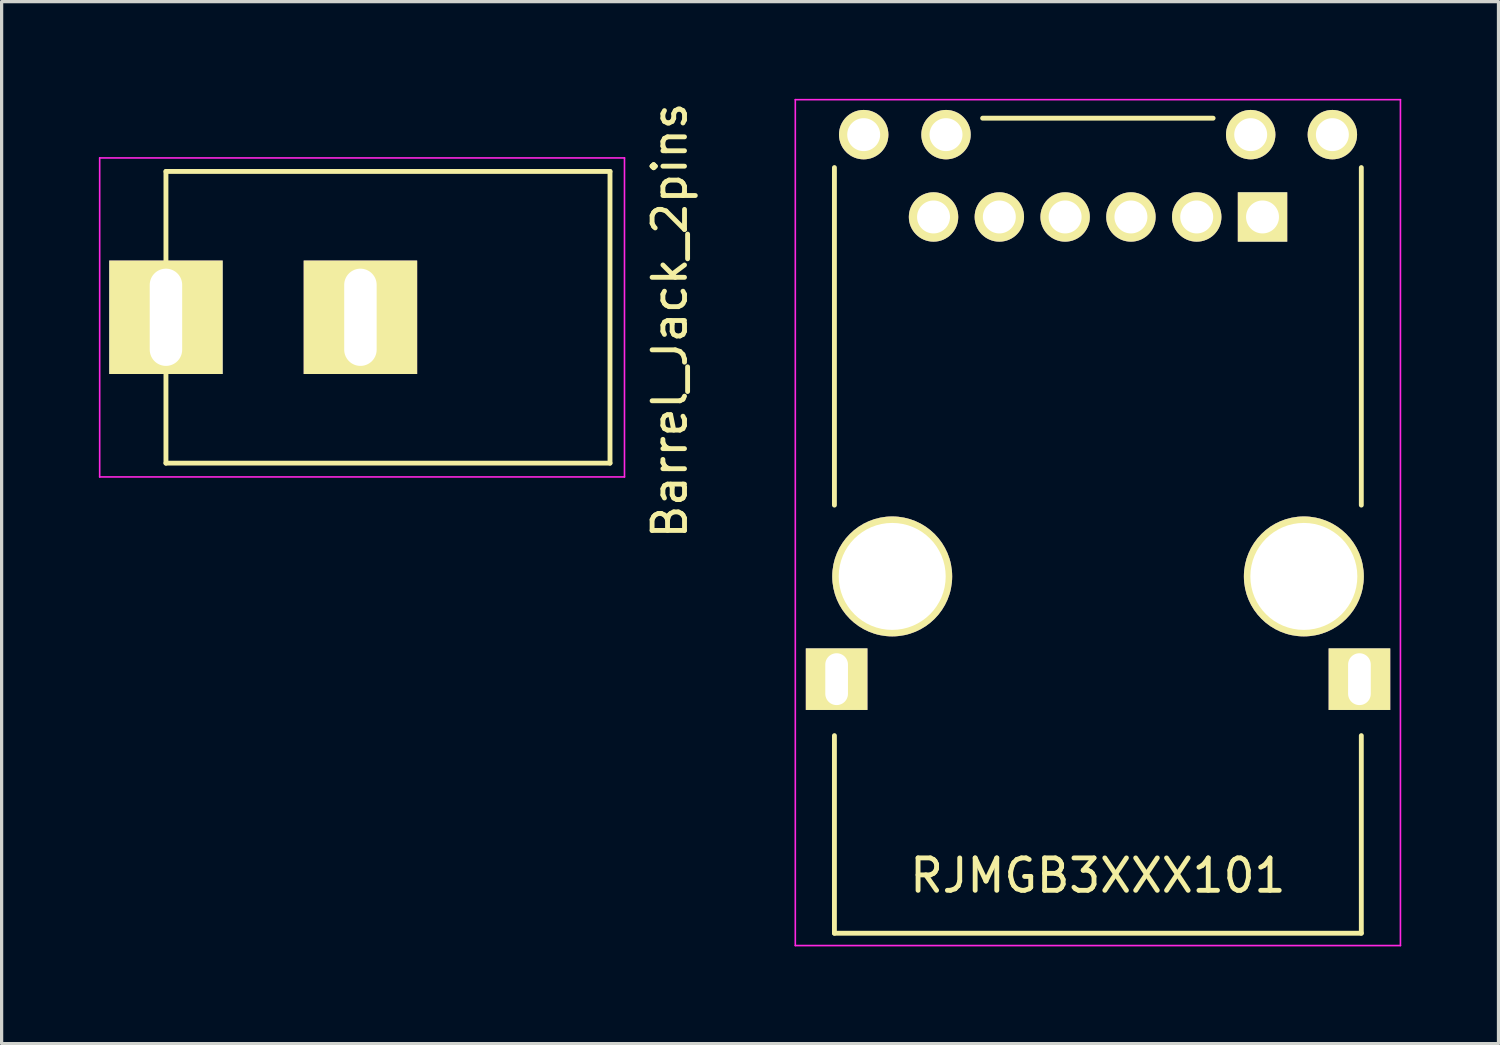
<source format=kicad_pcb>
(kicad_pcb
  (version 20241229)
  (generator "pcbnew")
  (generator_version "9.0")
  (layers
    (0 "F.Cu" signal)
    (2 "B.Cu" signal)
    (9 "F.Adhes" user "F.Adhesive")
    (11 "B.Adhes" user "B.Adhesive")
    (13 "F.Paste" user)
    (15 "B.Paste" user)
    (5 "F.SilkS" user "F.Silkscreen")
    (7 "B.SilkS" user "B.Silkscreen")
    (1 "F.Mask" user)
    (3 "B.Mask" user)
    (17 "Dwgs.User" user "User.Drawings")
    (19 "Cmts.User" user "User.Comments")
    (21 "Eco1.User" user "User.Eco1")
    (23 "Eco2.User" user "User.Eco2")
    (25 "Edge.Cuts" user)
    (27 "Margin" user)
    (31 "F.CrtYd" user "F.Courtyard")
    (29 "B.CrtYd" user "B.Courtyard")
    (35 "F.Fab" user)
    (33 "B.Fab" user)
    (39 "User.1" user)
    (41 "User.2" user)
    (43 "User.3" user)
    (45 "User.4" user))
  (footprint "RJMGB3XXX101"
    (layer "F.Cu")
    (at 35.902 3.644)
    (property "Reference" "RJMGB3XXX101" (at -5.08 20.32 0) (layer "F.SilkS") (effects (font (size 1 1) (thickness 0.15))))
    (attr through_hole)
    (fp_line (start -13.208 8.89) (end -13.208 -1.524) (stroke (width 0.15) (type solid)) (layer "F.SilkS"))
    (fp_line (start -13.208 22.098) (end -13.208 16.002) (stroke (width 0.15) (type solid)) (layer "F.SilkS"))
    (fp_line (start -13.208 22.098) (end 3.048 22.098) (stroke (width 0.15) (type solid)) (layer "F.SilkS"))
    (fp_line (start -8.636 -3.048) (end -1.524 -3.048) (stroke (width 0.15) (type solid)) (layer "F.SilkS"))
    (fp_line (start 3.048 8.89) (end 3.048 -1.524) (stroke (width 0.15) (type solid)) (layer "F.SilkS"))
    (fp_line (start 3.048 22.098) (end 3.048 16.002) (stroke (width 0.15) (type solid)) (layer "F.SilkS"))
    (fp_line (start -14.415 -3.619) (end 4.255 -3.619) (stroke (width 0.05) (type solid)) (layer "F.CrtYd"))
    (fp_line (start -14.415 22.479) (end -14.415 -3.619) (stroke (width 0.05) (type solid)) (layer "F.CrtYd"))
    (fp_line (start 4.255 22.479) (end -14.415 22.479) (stroke (width 0.05) (type solid)) (layer "F.CrtYd"))
    (fp_line (start 4.255 22.479) (end 4.255 -3.619) (stroke (width 0.05) (type solid)) (layer "F.CrtYd"))
    (pad "1" thru_hole circle (at -2.03 0) (size 1.524 1.524) (drill 1.016) (layers "*.Cu" "*.Mask" "F.SilkS"))
    (pad "2" thru_hole rect (at 0 0) (size 1.524 1.524) (drill 1.016) (layers "*.Cu" "*.Mask" "F.SilkS"))
    (pad "3" thru_hole circle (at -4.06 0) (size 1.524 1.524) (drill 1.016) (layers "*.Cu" "*.Mask" "F.SilkS"))
    (pad "4" thru_hole circle (at -6.09 0) (size 1.524 1.524) (drill 1.016) (layers "*.Cu" "*.Mask" "F.SilkS"))
    (pad "5" thru_hole circle (at -10.15 0) (size 1.524 1.524) (drill 1.016) (layers "*.Cu" "*.Mask" "F.SilkS"))
    (pad "6" thru_hole circle (at -8.12 0) (size 1.524 1.524) (drill 1.016) (layers "*.Cu" "*.Mask" "F.SilkS"))
    (pad "8" thru_hole rect (at -13.14 14.26) (size 1.9 1.9) (drill oval 0.7 1.6) (layers "*.Cu" "*.Mask" "F.SilkS"))
    (pad "13" thru_hole rect (at 2.99 14.26) (size 1.9 1.9) (drill oval 0.7 1.6) (layers "*.Cu" "*.Mask" "F.SilkS"))
    (pad "GA" thru_hole circle (at -0.365 -2.54) (size 1.524 1.524) (drill 1.016) (layers "*.Cu" "*.Mask" "F.SilkS"))
    (pad "GK" thru_hole circle (at 2.155 -2.54) (size 1.524 1.524) (drill 1.016) (layers "*.Cu" "*.Mask" "F.SilkS"))
    (pad "HOLE" thru_hole circle (at -11.425 11.09) (size 3.7 3.7) (drill 3.3) (layers "*.Cu" "*.Mask" "F.SilkS"))
    (pad "HOLE" thru_hole circle (at 1.275 11.09) (size 3.7 3.7) (drill 3.3) (layers "*.Cu" "*.Mask" "F.SilkS"))
    (pad "YA" thru_hole circle (at -12.305 -2.54) (size 1.524 1.524) (drill 1.016) (layers "*.Cu" "*.Mask" "F.SilkS"))
    (pad "YK" thru_hole circle (at -9.765 -2.54) (size 1.524 1.524) (drill 1.016) (layers "*.Cu" "*.Mask" "F.SilkS")))
  (footprint "Barrel_Jack_2pins"
    (layer "F.Cu")
    (at 2.12 6.839)
    (property "Reference" "Barrel_Jack_2pins" (at 15.494 0 90) (layer "F.SilkS") (effects (font (size 1 1) (thickness 0.15))))
    (attr through_hole)
    (fp_line (start -0.05 -4.6) (end 13.65 -4.6) (stroke (width 0.15) (type solid)) (layer "F.SilkS"))
    (fp_line (start -0.05 4.4) (end -0.05 -4.6) (stroke (width 0.15) (type solid)) (layer "F.SilkS"))
    (fp_line (start -0.05 4.4) (end 13.65 4.4) (stroke (width 0.15) (type solid)) (layer "F.SilkS"))
    (fp_line (start 13.65 -4.6) (end 13.65 4.4) (stroke (width 0.15) (type solid)) (layer "F.SilkS"))
    (fp_line (start -2.095 -5.016) (end -2.095 4.826) (stroke (width 0.05) (type solid)) (layer "F.CrtYd"))
    (fp_line (start -2.095 4.826) (end 14.097 4.826) (stroke (width 0.05) (type solid)) (layer "F.CrtYd"))
    (fp_line (start 14.097 -5.016) (end -2.095 -5.016) (stroke (width 0.05) (type solid)) (layer "F.CrtYd"))
    (fp_line (start 14.097 4.826) (end 14.097 -5.016) (stroke (width 0.05) (type solid)) (layer "F.CrtYd"))
    (pad "1" thru_hole rect (at -0.05 -0.1) (size 3.5 3.5) (drill oval 1.001 3) (layers "*.Cu" "*.Mask" "F.SilkS"))
    (pad "2" thru_hole rect (at 5.95 -0.1) (size 3.5 3.5) (drill oval 1.001 3) (layers "*.Cu" "*.Mask" "F.SilkS")))
  (gr_rect
    (start -3 -3)
    (end 43.182 29.148)
    (stroke (width 0.1) (type default))
    (fill no)
    (layer "Edge.Cuts")))
</source>
